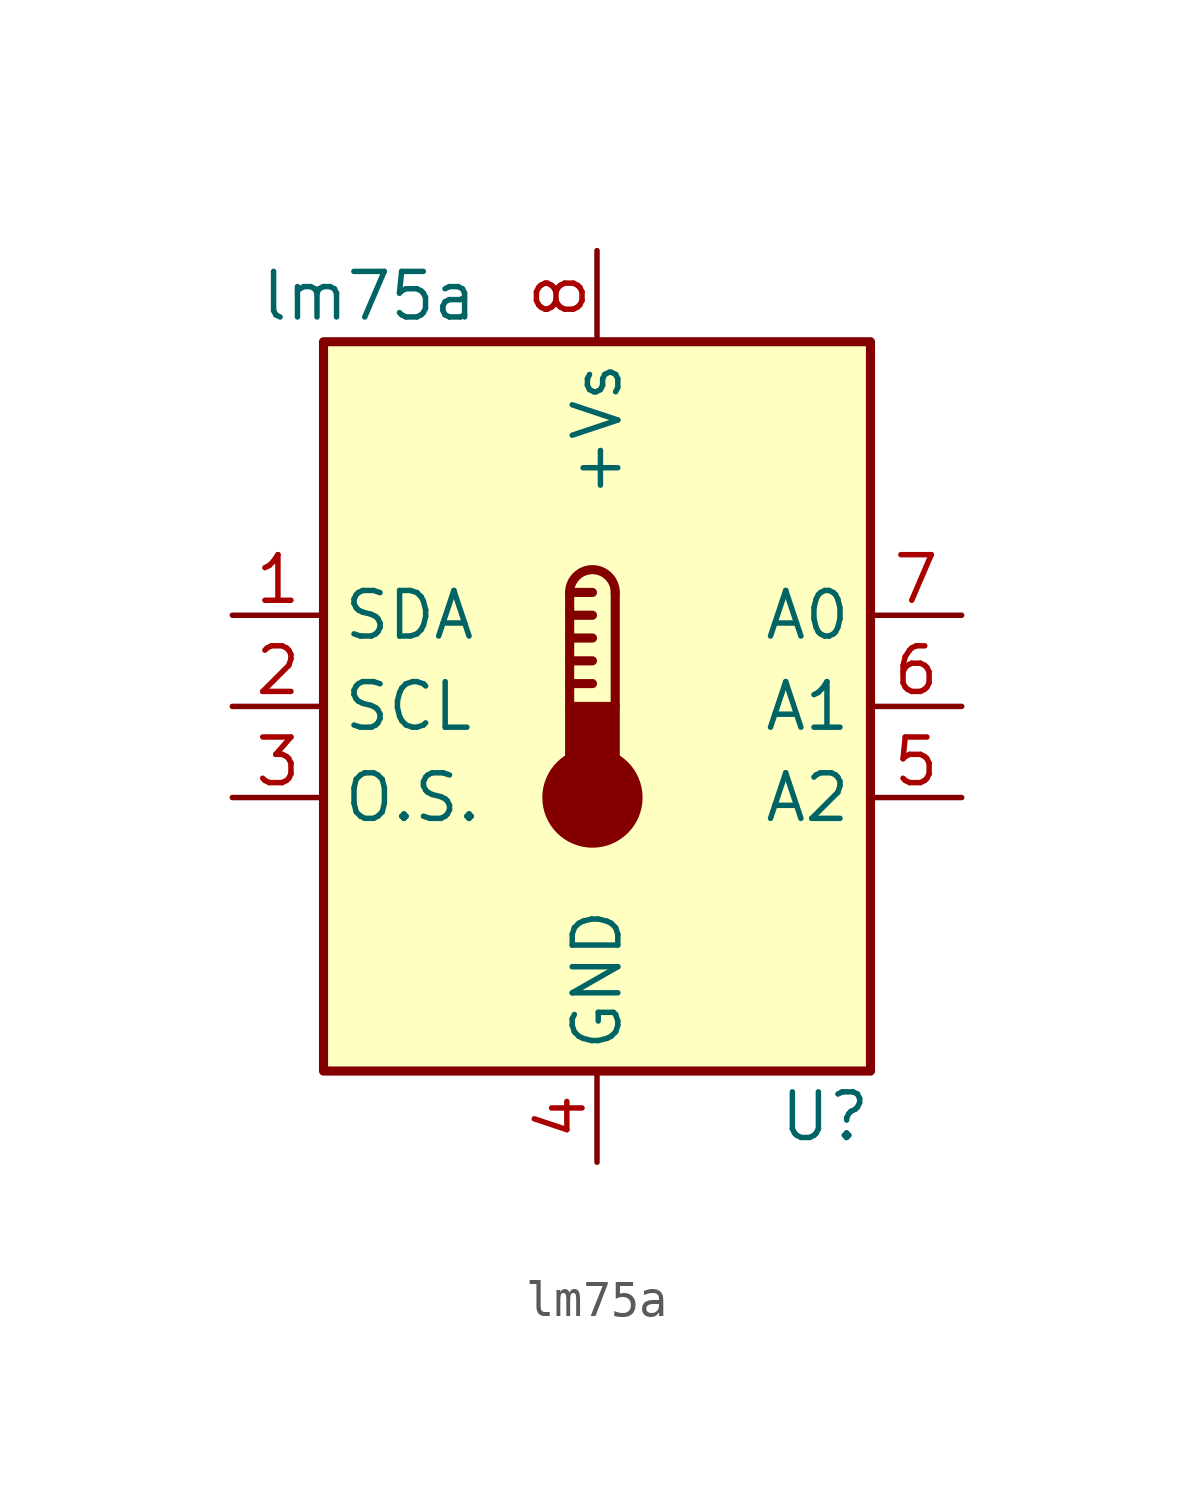
<source format=kicad_sym>
(kicad_symbol_lib
  (version 20201005)
  (generator kicad_symbol_editor)
  (symbol "lm75a:lm75a"
    (property "Reference" "U"
      (at 6.35 -11.43 0)
      (effects (font (size 1.27 1.27))))
    (property "Value" "lm75a"
      (at -6.35 11.43 0)
      (effects (font (size 1.27 1.27))))
    (symbol "lm75a_0_1"
      (arc (start 0.508 3.175) (end -0.762 3.175) (radius (at -0.127 3.175) (length 0.635) (angles 0.1 179.9)) (stroke (width 0.254)) (fill (type none)))
      (circle (center -0.127 -2.54) (radius 1.27) (stroke (width 0.254)) (fill (type outline)))
      (rectangle (start 0.508 -1.905) (end -0.762 0) (stroke (width 0.254)) (fill (type outline)))
      (rectangle (start -7.62 10.16) (end 7.62 -10.16) (stroke (width 0.254)) (fill (type background)))
      (polyline (pts (xy -0.762 0.635) (xy -0.127 0.635)) (stroke (width 0.254)) (fill (type none)))
      (polyline (pts (xy -0.762 1.27) (xy -0.127 1.27)) (stroke (width 0.254)) (fill (type none)))
      (polyline (pts (xy -0.762 1.905) (xy -0.127 1.905)) (stroke (width 0.254)) (fill (type none)))
      (polyline (pts (xy -0.762 2.54) (xy -0.127 2.54)) (stroke (width 0.254)) (fill (type none)))
      (polyline (pts (xy -0.762 3.175) (xy -0.762 0)) (stroke (width 0.254)) (fill (type none)))
      (polyline (pts (xy -0.762 3.175) (xy -0.127 3.175)) (stroke (width 0.254)) (fill (type none)))
      (polyline (pts (xy 0.508 3.175) (xy 0.508 0)) (stroke (width 0.254)) (fill (type none))))
    (symbol "lm75a_1_1"
      (pin bidirectional line (at -10.16 2.54 0) (length 2.54) (name "SDA" (effects (font (size 1.27 1.27)))) (number "1" (effects (font (size 1.27 1.27)))))
      (pin input line (at -10.16 0 0) (length 2.54) (name "SCL" (effects (font (size 1.27 1.27)))) (number "2" (effects (font (size 1.27 1.27)))))
      (pin open_collector line (at -10.16 -2.54 0) (length 2.54) (name "O.S." (effects (font (size 1.27 1.27)))) (number "3" (effects (font (size 1.27 1.27)))))
      (pin power_in line (at 0 -12.7 90) (length 2.54) (name "GND" (effects (font (size 1.27 1.27)))) (number "4" (effects (font (size 1.27 1.27)))))
      (pin input line (at 10.16 -2.54 180) (length 2.54) (name "A2" (effects (font (size 1.27 1.27)))) (number "5" (effects (font (size 1.27 1.27)))))
      (pin input line (at 10.16 0 180) (length 2.54) (name "A1" (effects (font (size 1.27 1.27)))) (number "6" (effects (font (size 1.27 1.27)))))
      (pin input line (at 10.16 2.54 180) (length 2.54) (name "A0" (effects (font (size 1.27 1.27)))) (number "7" (effects (font (size 1.27 1.27)))))
      (pin power_in line (at 0 12.7 270) (length 2.54) (name "+Vs" (effects (font (size 1.27 1.27)))) (number "8" (effects (font (size 1.27 1.27))))))))
</source>
